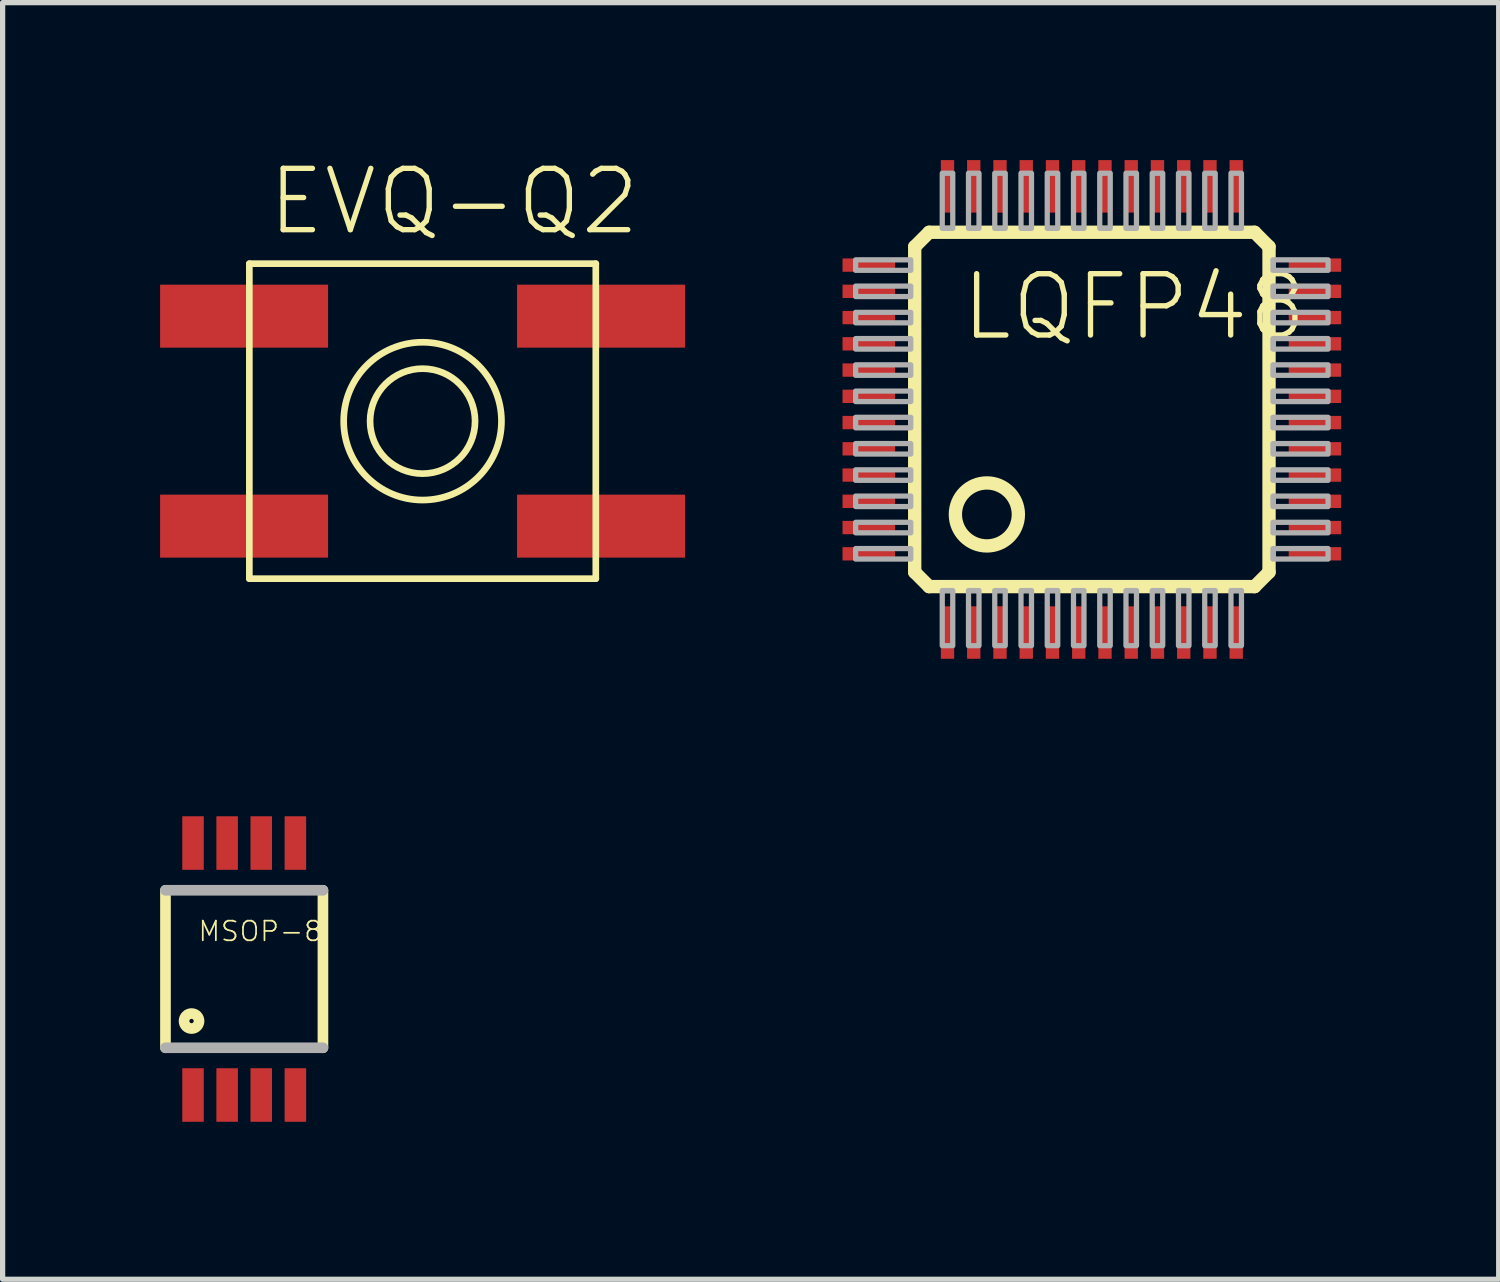
<source format=kicad_pcb>
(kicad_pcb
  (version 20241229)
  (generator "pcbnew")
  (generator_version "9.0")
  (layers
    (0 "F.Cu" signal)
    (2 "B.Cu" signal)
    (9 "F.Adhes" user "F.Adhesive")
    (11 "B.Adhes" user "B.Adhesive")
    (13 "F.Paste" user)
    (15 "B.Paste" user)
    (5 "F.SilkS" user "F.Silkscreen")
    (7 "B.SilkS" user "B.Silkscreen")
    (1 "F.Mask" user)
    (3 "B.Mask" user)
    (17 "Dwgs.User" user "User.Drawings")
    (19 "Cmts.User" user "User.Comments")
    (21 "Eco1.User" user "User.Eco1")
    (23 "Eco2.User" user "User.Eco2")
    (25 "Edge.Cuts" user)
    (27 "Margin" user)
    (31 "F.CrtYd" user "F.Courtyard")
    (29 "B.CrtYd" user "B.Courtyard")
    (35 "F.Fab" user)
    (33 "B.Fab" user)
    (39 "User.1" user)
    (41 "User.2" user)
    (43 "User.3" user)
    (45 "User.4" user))
  (footprint "LQFP48"
    (layer "F.Cu")
    (at 17.75 4.75)
    (property "Reference" "LQFP48" (at -2.54 -1.27 0) (unlocked yes) (layer "F.SilkS") (effects (font (size 1.168 1.168) (thickness 0.102)) (justify left bottom)))
    (fp_line (start -3.375 -3.1) (end -3.1 -3.375) (stroke (width 0.254) (type solid)) (layer "F.SilkS"))
    (fp_line (start -3.375 3.1) (end -3.375 -3.1) (stroke (width 0.254) (type solid)) (layer "F.SilkS"))
    (fp_line (start -3.1 -3.375) (end 3.1 -3.375) (stroke (width 0.254) (type solid)) (layer "F.SilkS"))
    (fp_line (start -3.1 3.375) (end -3.375 3.1) (stroke (width 0.254) (type solid)) (layer "F.SilkS"))
    (fp_line (start 3.1 -3.375) (end 3.375 -3.1) (stroke (width 0.254) (type solid)) (layer "F.SilkS"))
    (fp_line (start 3.1 3.375) (end -3.1 3.375) (stroke (width 0.254) (type solid)) (layer "F.SilkS"))
    (fp_line (start 3.375 -3.1) (end 3.375 3.1) (stroke (width 0.254) (type solid)) (layer "F.SilkS"))
    (fp_line (start 3.375 3.1) (end 3.1 3.375) (stroke (width 0.254) (type solid)) (layer "F.SilkS"))
    (fp_circle (center -2 2) (end -1.4 2) (stroke (width 0.254) (type solid)) (fill no) (layer "F.SilkS"))
    (fp_poly (pts (xy -4.5 -2.65) (xy -3.45 -2.65) (xy -3.45 -2.85) (xy -4.5 -2.85)) (stroke (width 0.1) (type default)) (fill no) (layer "F.Fab"))
    (fp_poly (pts (xy -4.5 -2.15) (xy -3.45 -2.15) (xy -3.45 -2.35) (xy -4.5 -2.35)) (stroke (width 0.1) (type default)) (fill no) (layer "F.Fab"))
    (fp_poly (pts (xy -4.5 -1.65) (xy -3.45 -1.65) (xy -3.45 -1.85) (xy -4.5 -1.85)) (stroke (width 0.1) (type default)) (fill no) (layer "F.Fab"))
    (fp_poly (pts (xy -4.5 -1.15) (xy -3.45 -1.15) (xy -3.45 -1.35) (xy -4.5 -1.35)) (stroke (width 0.1) (type default)) (fill no) (layer "F.Fab"))
    (fp_poly (pts (xy -4.5 -0.65) (xy -3.45 -0.65) (xy -3.45 -0.85) (xy -4.5 -0.85)) (stroke (width 0.1) (type default)) (fill no) (layer "F.Fab"))
    (fp_poly (pts (xy -4.5 -0.15) (xy -3.45 -0.15) (xy -3.45 -0.35) (xy -4.5 -0.35)) (stroke (width 0.1) (type default)) (fill no) (layer "F.Fab"))
    (fp_poly (pts (xy -4.5 0.35) (xy -3.45 0.35) (xy -3.45 0.15) (xy -4.5 0.15)) (stroke (width 0.1) (type default)) (fill no) (layer "F.Fab"))
    (fp_poly (pts (xy -4.5 0.85) (xy -3.45 0.85) (xy -3.45 0.65) (xy -4.5 0.65)) (stroke (width 0.1) (type default)) (fill no) (layer "F.Fab"))
    (fp_poly (pts (xy -4.5 1.35) (xy -3.45 1.35) (xy -3.45 1.15) (xy -4.5 1.15)) (stroke (width 0.1) (type default)) (fill no) (layer "F.Fab"))
    (fp_poly (pts (xy -4.5 1.85) (xy -3.45 1.85) (xy -3.45 1.65) (xy -4.5 1.65)) (stroke (width 0.1) (type default)) (fill no) (layer "F.Fab"))
    (fp_poly (pts (xy -4.5 2.35) (xy -3.45 2.35) (xy -3.45 2.15) (xy -4.5 2.15)) (stroke (width 0.1) (type default)) (fill no) (layer "F.Fab"))
    (fp_poly (pts (xy -4.5 2.85) (xy -3.45 2.85) (xy -3.45 2.65) (xy -4.5 2.65)) (stroke (width 0.1) (type default)) (fill no) (layer "F.Fab"))
    (fp_poly (pts (xy -2.85 -3.45) (xy -2.65 -3.45) (xy -2.65 -4.5) (xy -2.85 -4.5)) (stroke (width 0.1) (type default)) (fill no) (layer "F.Fab"))
    (fp_poly (pts (xy -2.85 4.5) (xy -2.65 4.5) (xy -2.65 3.45) (xy -2.85 3.45)) (stroke (width 0.1) (type default)) (fill no) (layer "F.Fab"))
    (fp_poly (pts (xy -2.35 -3.45) (xy -2.15 -3.45) (xy -2.15 -4.5) (xy -2.35 -4.5)) (stroke (width 0.1) (type default)) (fill no) (layer "F.Fab"))
    (fp_poly (pts (xy -2.35 4.5) (xy -2.15 4.5) (xy -2.15 3.45) (xy -2.35 3.45)) (stroke (width 0.1) (type default)) (fill no) (layer "F.Fab"))
    (fp_poly (pts (xy -1.85 -3.45) (xy -1.65 -3.45) (xy -1.65 -4.5) (xy -1.85 -4.5)) (stroke (width 0.1) (type default)) (fill no) (layer "F.Fab"))
    (fp_poly (pts (xy -1.85 4.5) (xy -1.65 4.5) (xy -1.65 3.45) (xy -1.85 3.45)) (stroke (width 0.1) (type default)) (fill no) (layer "F.Fab"))
    (fp_poly (pts (xy -1.35 -3.45) (xy -1.15 -3.45) (xy -1.15 -4.5) (xy -1.35 -4.5)) (stroke (width 0.1) (type default)) (fill no) (layer "F.Fab"))
    (fp_poly (pts (xy -1.35 4.5) (xy -1.15 4.5) (xy -1.15 3.45) (xy -1.35 3.45)) (stroke (width 0.1) (type default)) (fill no) (layer "F.Fab"))
    (fp_poly (pts (xy -0.85 -3.45) (xy -0.65 -3.45) (xy -0.65 -4.5) (xy -0.85 -4.5)) (stroke (width 0.1) (type default)) (fill no) (layer "F.Fab"))
    (fp_poly (pts (xy -0.85 4.5) (xy -0.65 4.5) (xy -0.65 3.45) (xy -0.85 3.45)) (stroke (width 0.1) (type default)) (fill no) (layer "F.Fab"))
    (fp_poly (pts (xy -0.35 -3.45) (xy -0.15 -3.45) (xy -0.15 -4.5) (xy -0.35 -4.5)) (stroke (width 0.1) (type default)) (fill no) (layer "F.Fab"))
    (fp_poly (pts (xy -0.35 4.5) (xy -0.15 4.5) (xy -0.15 3.45) (xy -0.35 3.45)) (stroke (width 0.1) (type default)) (fill no) (layer "F.Fab"))
    (fp_poly (pts (xy 0.15 -3.45) (xy 0.35 -3.45) (xy 0.35 -4.5) (xy 0.15 -4.5)) (stroke (width 0.1) (type default)) (fill no) (layer "F.Fab"))
    (fp_poly (pts (xy 0.15 4.5) (xy 0.35 4.5) (xy 0.35 3.45) (xy 0.15 3.45)) (stroke (width 0.1) (type default)) (fill no) (layer "F.Fab"))
    (fp_poly (pts (xy 0.65 -3.45) (xy 0.85 -3.45) (xy 0.85 -4.5) (xy 0.65 -4.5)) (stroke (width 0.1) (type default)) (fill no) (layer "F.Fab"))
    (fp_poly (pts (xy 0.65 4.5) (xy 0.85 4.5) (xy 0.85 3.45) (xy 0.65 3.45)) (stroke (width 0.1) (type default)) (fill no) (layer "F.Fab"))
    (fp_poly (pts (xy 1.15 -3.45) (xy 1.35 -3.45) (xy 1.35 -4.5) (xy 1.15 -4.5)) (stroke (width 0.1) (type default)) (fill no) (layer "F.Fab"))
    (fp_poly (pts (xy 1.15 4.5) (xy 1.35 4.5) (xy 1.35 3.45) (xy 1.15 3.45)) (stroke (width 0.1) (type default)) (fill no) (layer "F.Fab"))
    (fp_poly (pts (xy 1.65 -3.45) (xy 1.85 -3.45) (xy 1.85 -4.5) (xy 1.65 -4.5)) (stroke (width 0.1) (type default)) (fill no) (layer "F.Fab"))
    (fp_poly (pts (xy 1.65 4.5) (xy 1.85 4.5) (xy 1.85 3.45) (xy 1.65 3.45)) (stroke (width 0.1) (type default)) (fill no) (layer "F.Fab"))
    (fp_poly (pts (xy 2.15 -3.45) (xy 2.35 -3.45) (xy 2.35 -4.5) (xy 2.15 -4.5)) (stroke (width 0.1) (type default)) (fill no) (layer "F.Fab"))
    (fp_poly (pts (xy 2.15 4.5) (xy 2.35 4.5) (xy 2.35 3.45) (xy 2.15 3.45)) (stroke (width 0.1) (type default)) (fill no) (layer "F.Fab"))
    (fp_poly (pts (xy 2.65 -3.45) (xy 2.85 -3.45) (xy 2.85 -4.5) (xy 2.65 -4.5)) (stroke (width 0.1) (type default)) (fill no) (layer "F.Fab"))
    (fp_poly (pts (xy 2.65 4.5) (xy 2.85 4.5) (xy 2.85 3.45) (xy 2.65 3.45)) (stroke (width 0.1) (type default)) (fill no) (layer "F.Fab"))
    (fp_poly (pts (xy 3.45 -2.65) (xy 4.5 -2.65) (xy 4.5 -2.85) (xy 3.45 -2.85)) (stroke (width 0.1) (type default)) (fill no) (layer "F.Fab"))
    (fp_poly (pts (xy 3.45 -2.15) (xy 4.5 -2.15) (xy 4.5 -2.35) (xy 3.45 -2.35)) (stroke (width 0.1) (type default)) (fill no) (layer "F.Fab"))
    (fp_poly (pts (xy 3.45 -1.65) (xy 4.5 -1.65) (xy 4.5 -1.85) (xy 3.45 -1.85)) (stroke (width 0.1) (type default)) (fill no) (layer "F.Fab"))
    (fp_poly (pts (xy 3.45 -1.15) (xy 4.5 -1.15) (xy 4.5 -1.35) (xy 3.45 -1.35)) (stroke (width 0.1) (type default)) (fill no) (layer "F.Fab"))
    (fp_poly (pts (xy 3.45 -0.65) (xy 4.5 -0.65) (xy 4.5 -0.85) (xy 3.45 -0.85)) (stroke (width 0.1) (type default)) (fill no) (layer "F.Fab"))
    (fp_poly (pts (xy 3.45 -0.15) (xy 4.5 -0.15) (xy 4.5 -0.35) (xy 3.45 -0.35)) (stroke (width 0.1) (type default)) (fill no) (layer "F.Fab"))
    (fp_poly (pts (xy 3.45 0.35) (xy 4.5 0.35) (xy 4.5 0.15) (xy 3.45 0.15)) (stroke (width 0.1) (type default)) (fill no) (layer "F.Fab"))
    (fp_poly (pts (xy 3.45 0.85) (xy 4.5 0.85) (xy 4.5 0.65) (xy 3.45 0.65)) (stroke (width 0.1) (type default)) (fill no) (layer "F.Fab"))
    (fp_poly (pts (xy 3.45 1.35) (xy 4.5 1.35) (xy 4.5 1.15) (xy 3.45 1.15)) (stroke (width 0.1) (type default)) (fill no) (layer "F.Fab"))
    (fp_poly (pts (xy 3.45 1.85) (xy 4.5 1.85) (xy 4.5 1.65) (xy 3.45 1.65)) (stroke (width 0.1) (type default)) (fill no) (layer "F.Fab"))
    (fp_poly (pts (xy 3.45 2.35) (xy 4.5 2.35) (xy 4.5 2.15) (xy 3.45 2.15)) (stroke (width 0.1) (type default)) (fill no) (layer "F.Fab"))
    (fp_poly (pts (xy 3.45 2.85) (xy 4.5 2.85) (xy 4.5 2.65) (xy 3.45 2.65)) (stroke (width 0.1) (type default)) (fill no) (layer "F.Fab"))
    (pad "1" smd rect (at -2.75 4.25) (size 0.254 1) (layers "F.Cu" "F.Mask" "F.Paste"))
    (pad "2" smd rect (at -2.25 4.25) (size 0.254 1) (layers "F.Cu" "F.Mask" "F.Paste"))
    (pad "3" smd rect (at -1.75 4.25) (size 0.254 1) (layers "F.Cu" "F.Mask" "F.Paste"))
    (pad "4" smd rect (at -1.25 4.25) (size 0.254 1) (layers "F.Cu" "F.Mask" "F.Paste"))
    (pad "5" smd rect (at -0.75 4.25) (size 0.254 1) (layers "F.Cu" "F.Mask" "F.Paste"))
    (pad "6" smd rect (at -0.25 4.25) (size 0.254 1) (layers "F.Cu" "F.Mask" "F.Paste"))
    (pad "7" smd rect (at 0.25 4.25) (size 0.254 1) (layers "F.Cu" "F.Mask" "F.Paste"))
    (pad "8" smd rect (at 0.75 4.25) (size 0.254 1) (layers "F.Cu" "F.Mask" "F.Paste"))
    (pad "9" smd rect (at 1.25 4.25) (size 0.254 1) (layers "F.Cu" "F.Mask" "F.Paste"))
    (pad "10" smd rect (at 1.75 4.25) (size 0.254 1) (layers "F.Cu" "F.Mask" "F.Paste"))
    (pad "11" smd rect (at 2.25 4.25) (size 0.254 1) (layers "F.Cu" "F.Mask" "F.Paste"))
    (pad "12" smd rect (at 2.75 4.25) (size 0.254 1) (layers "F.Cu" "F.Mask" "F.Paste"))
    (pad "13" smd rect (at 4.25 2.75) (size 1 0.254) (layers "F.Cu" "F.Mask" "F.Paste"))
    (pad "14" smd rect (at 4.25 2.25) (size 1 0.254) (layers "F.Cu" "F.Mask" "F.Paste"))
    (pad "15" smd rect (at 4.25 1.75) (size 1 0.254) (layers "F.Cu" "F.Mask" "F.Paste"))
    (pad "16" smd rect (at 4.25 1.25) (size 1 0.254) (layers "F.Cu" "F.Mask" "F.Paste"))
    (pad "17" smd rect (at 4.25 0.75) (size 1 0.254) (layers "F.Cu" "F.Mask" "F.Paste"))
    (pad "18" smd rect (at 4.25 0.25) (size 1 0.254) (layers "F.Cu" "F.Mask" "F.Paste"))
    (pad "19" smd rect (at 4.25 -0.25) (size 1 0.254) (layers "F.Cu" "F.Mask" "F.Paste"))
    (pad "20" smd rect (at 4.25 -0.75) (size 1 0.254) (layers "F.Cu" "F.Mask" "F.Paste"))
    (pad "21" smd rect (at 4.25 -1.25) (size 1 0.254) (layers "F.Cu" "F.Mask" "F.Paste"))
    (pad "22" smd rect (at 4.25 -1.75) (size 1 0.254) (layers "F.Cu" "F.Mask" "F.Paste"))
    (pad "23" smd rect (at 4.25 -2.25) (size 1 0.254) (layers "F.Cu" "F.Mask" "F.Paste"))
    (pad "24" smd rect (at 4.25 -2.75) (size 1 0.254) (layers "F.Cu" "F.Mask" "F.Paste"))
    (pad "25" smd rect (at 2.75 -4.25) (size 0.254 1) (layers "F.Cu" "F.Mask" "F.Paste"))
    (pad "26" smd rect (at 2.25 -4.25) (size 0.254 1) (layers "F.Cu" "F.Mask" "F.Paste"))
    (pad "27" smd rect (at 1.75 -4.25) (size 0.254 1) (layers "F.Cu" "F.Mask" "F.Paste"))
    (pad "28" smd rect (at 1.25 -4.25) (size 0.254 1) (layers "F.Cu" "F.Mask" "F.Paste"))
    (pad "29" smd rect (at 0.75 -4.25) (size 0.254 1) (layers "F.Cu" "F.Mask" "F.Paste"))
    (pad "30" smd rect (at 0.25 -4.25) (size 0.254 1) (layers "F.Cu" "F.Mask" "F.Paste"))
    (pad "31" smd rect (at -0.25 -4.25) (size 0.254 1) (layers "F.Cu" "F.Mask" "F.Paste"))
    (pad "32" smd rect (at -0.75 -4.25) (size 0.254 1) (layers "F.Cu" "F.Mask" "F.Paste"))
    (pad "33" smd rect (at -1.25 -4.25) (size 0.254 1) (layers "F.Cu" "F.Mask" "F.Paste"))
    (pad "34" smd rect (at -1.75 -4.25) (size 0.254 1) (layers "F.Cu" "F.Mask" "F.Paste"))
    (pad "35" smd rect (at -2.25 -4.25) (size 0.254 1) (layers "F.Cu" "F.Mask" "F.Paste"))
    (pad "36" smd rect (at -2.75 -4.25) (size 0.254 1) (layers "F.Cu" "F.Mask" "F.Paste"))
    (pad "37" smd rect (at -4.25 -2.75) (size 1 0.254) (layers "F.Cu" "F.Mask" "F.Paste"))
    (pad "38" smd rect (at -4.25 -2.25) (size 1 0.254) (layers "F.Cu" "F.Mask" "F.Paste"))
    (pad "39" smd rect (at -4.25 -1.75) (size 1 0.254) (layers "F.Cu" "F.Mask" "F.Paste"))
    (pad "40" smd rect (at -4.25 -1.25) (size 1 0.254) (layers "F.Cu" "F.Mask" "F.Paste"))
    (pad "41" smd rect (at -4.25 -0.75) (size 1 0.254) (layers "F.Cu" "F.Mask" "F.Paste"))
    (pad "42" smd rect (at -4.25 -0.25) (size 1 0.254) (layers "F.Cu" "F.Mask" "F.Paste"))
    (pad "43" smd rect (at -4.25 0.25) (size 1 0.254) (layers "F.Cu" "F.Mask" "F.Paste"))
    (pad "44" smd rect (at -4.25 0.75) (size 1 0.254) (layers "F.Cu" "F.Mask" "F.Paste"))
    (pad "45" smd rect (at -4.25 1.25) (size 1 0.254) (layers "F.Cu" "F.Mask" "F.Paste"))
    (pad "46" smd rect (at -4.25 1.75) (size 1 0.254) (layers "F.Cu" "F.Mask" "F.Paste"))
    (pad "47" smd rect (at -4.25 2.25) (size 1 0.254) (layers "F.Cu" "F.Mask" "F.Paste"))
    (pad "48" smd rect (at -4.25 2.75) (size 1 0.254) (layers "F.Cu" "F.Mask" "F.Paste")))
  (footprint "EVQ-Q2"
    (layer "F.Cu")
    (at 5 4.973)
    (property "Reference" "EVQ-Q2" (at -3 -3.5 0) (unlocked yes) (layer "F.SilkS") (effects (font (size 1.168 1.168) (thickness 0.102)) (justify left bottom)))
    (fp_line (start -3.3 -3) (end 3.3 -3) (stroke (width 0.127) (type solid)) (layer "F.SilkS"))
    (fp_line (start -3.3 3) (end -3.3 -3) (stroke (width 0.127) (type solid)) (layer "F.SilkS"))
    (fp_line (start 3.3 -3) (end 3.3 3) (stroke (width 0.127) (type solid)) (layer "F.SilkS"))
    (fp_line (start 3.3 3) (end -3.3 3) (stroke (width 0.127) (type solid)) (layer "F.SilkS"))
    (fp_circle (center 0 0) (end 1 0) (stroke (width 0.127) (type solid)) (fill no) (layer "F.SilkS"))
    (fp_circle (center 0 0) (end 1.503 0) (stroke (width 0.127) (type solid)) (fill no) (layer "F.SilkS"))
    (pad "A" smd rect (at -3.4 2) (size 3.2 1.2) (layers "F.Cu" "F.Mask" "F.Paste"))
    (pad "A'" smd rect (at 3.4 2) (size 3.2 1.2) (layers "F.Cu" "F.Mask" "F.Paste"))
    (pad "B" smd rect (at -3.4 -2) (size 3.2 1.2) (layers "F.Cu" "F.Mask" "F.Paste"))
    (pad "B'" smd rect (at 3.4 -2) (size 3.2 1.2) (layers "F.Cu" "F.Mask" "F.Paste")))
  (footprint "MSOP-8"
    (layer "F.Cu")
    (at 1.602 15.41)
    (property "Reference" "MSOP-8" (at -0.9 -0.5 0) (unlocked yes) (layer "F.SilkS") (effects (font (size 0.374 0.374) (thickness 0.033)) (justify left bottom)))
    (fp_line (start -1.5 -1.5) (end -1.5 1.5) (stroke (width 0.203) (type solid)) (layer "F.SilkS"))
    (fp_line (start 1.5 1.5) (end 1.5 -1.5) (stroke (width 0.203) (type solid)) (layer "F.SilkS"))
    (fp_circle (center -1.003 0.991) (end -0.86 0.991) (stroke (width 0.203) (type solid)) (fill no) (layer "F.SilkS"))
    (fp_line (start -1.5 1.5) (end 1.5 1.5) (stroke (width 0.203) (type solid)) (layer "F.Fab"))
    (fp_line (start 1.5 -1.5) (end -1.5 -1.5) (stroke (width 0.203) (type solid)) (layer "F.Fab"))
    (pad "1" smd rect (at -0.975 2.4) (size 0.41 1.02) (layers "F.Cu" "F.Mask" "F.Paste"))
    (pad "2" smd rect (at -0.325 2.4) (size 0.41 1.02) (layers "F.Cu" "F.Mask" "F.Paste"))
    (pad "3" smd rect (at 0.325 2.4) (size 0.41 1.02) (layers "F.Cu" "F.Mask" "F.Paste"))
    (pad "4" smd rect (at 0.975 2.4) (size 0.41 1.02) (layers "F.Cu" "F.Mask" "F.Paste"))
    (pad "5" smd rect (at 0.975 -2.4) (size 0.41 1.02) (layers "F.Cu" "F.Mask" "F.Paste"))
    (pad "6" smd rect (at 0.325 -2.4) (size 0.41 1.02) (layers "F.Cu" "F.Mask" "F.Paste"))
    (pad "7" smd rect (at -0.325 -2.4) (size 0.41 1.02) (layers "F.Cu" "F.Mask" "F.Paste"))
    (pad "8" smd rect (at -0.975 -2.4) (size 0.41 1.02) (layers "F.Cu" "F.Mask" "F.Paste")))
  (gr_rect
    (start -3 -3)
    (end 25.5 21.32)
    (stroke (width 0.1) (type default))
    (fill no)
    (layer "Edge.Cuts")))
</source>
